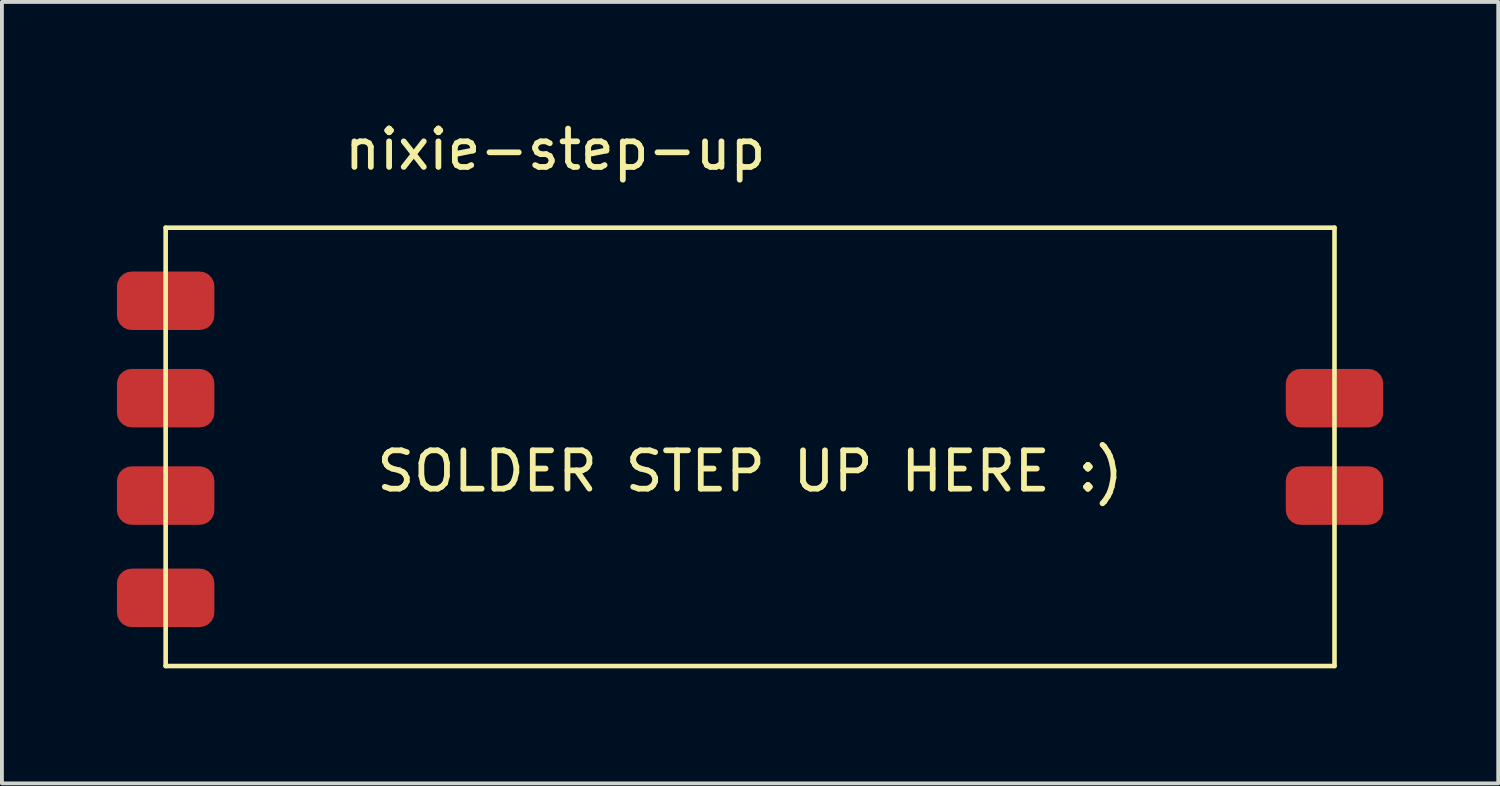
<source format=kicad_pcb>
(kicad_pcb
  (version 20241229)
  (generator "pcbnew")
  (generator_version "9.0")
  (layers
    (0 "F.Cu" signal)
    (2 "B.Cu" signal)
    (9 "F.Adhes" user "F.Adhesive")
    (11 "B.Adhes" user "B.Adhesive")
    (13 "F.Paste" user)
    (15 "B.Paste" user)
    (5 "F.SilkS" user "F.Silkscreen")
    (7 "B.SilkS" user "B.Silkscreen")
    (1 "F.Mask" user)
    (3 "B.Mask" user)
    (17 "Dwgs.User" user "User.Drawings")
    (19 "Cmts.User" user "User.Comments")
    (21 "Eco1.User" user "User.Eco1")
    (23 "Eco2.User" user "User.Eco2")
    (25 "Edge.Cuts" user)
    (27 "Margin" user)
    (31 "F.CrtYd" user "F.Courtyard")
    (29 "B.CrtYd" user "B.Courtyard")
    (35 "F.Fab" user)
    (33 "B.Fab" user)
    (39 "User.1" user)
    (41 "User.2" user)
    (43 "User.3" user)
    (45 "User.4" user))
  (footprint "nixie-step-up"
    (layer "F.Cu")
    (at 11.43 0.348)
    (property "Reference" "nixie-step-up" (at 0 0.5 0) (layer "F.SilkS") (effects (font (size 1 1) (thickness 0.15))))
    (attr through_hole)
    (fp_line (start -10.16 2.54) (end 20.32 2.54) (stroke (width 0.12) (type solid)) (layer "F.SilkS"))
    (fp_line (start -10.16 13.97) (end -10.16 2.54) (stroke (width 0.12) (type solid)) (layer "F.SilkS"))
    (fp_line (start 20.32 2.54) (end 20.32 13.97) (stroke (width 0.12) (type solid)) (layer "F.SilkS"))
    (fp_line (start 20.32 13.97) (end -10.16 13.97) (stroke (width 0.12) (type solid)) (layer "F.SilkS"))
    (fp_text user "SOLDER STEP UP HERE :)" (at 5.08 8.89 0) (layer "F.SilkS") (effects (font (size 1 1) (thickness 0.15))))
    (pad "1" smd roundrect (at -10.16 12.192) (size 2.54 1.524) (layers "F.Cu" "F.Mask" "F.Paste") (roundrect_rratio 0.25))
    (pad "2" smd roundrect (at -10.16 9.525) (size 2.54 1.524) (layers "F.Cu" "F.Mask" "F.Paste") (roundrect_rratio 0.25))
    (pad "3" smd roundrect (at -10.16 6.985) (size 2.54 1.524) (layers "F.Cu" "F.Mask" "F.Paste") (roundrect_rratio 0.25))
    (pad "4" smd roundrect (at -10.16 4.445) (size 2.54 1.524) (layers "F.Cu" "F.Mask" "F.Paste") (roundrect_rratio 0.25))
    (pad "5" smd roundrect (at 20.32 9.525) (size 2.54 1.524) (layers "F.Cu" "F.Mask" "F.Paste") (roundrect_rratio 0.25))
    (pad "6" smd roundrect (at 20.32 6.985) (size 2.54 1.524) (layers "F.Cu" "F.Mask" "F.Paste") (roundrect_rratio 0.25)))
  (gr_rect
    (start -3 -3)
    (end 36.02 17.378)
    (stroke (width 0.1) (type default))
    (fill no)
    (layer "Edge.Cuts")))
</source>
